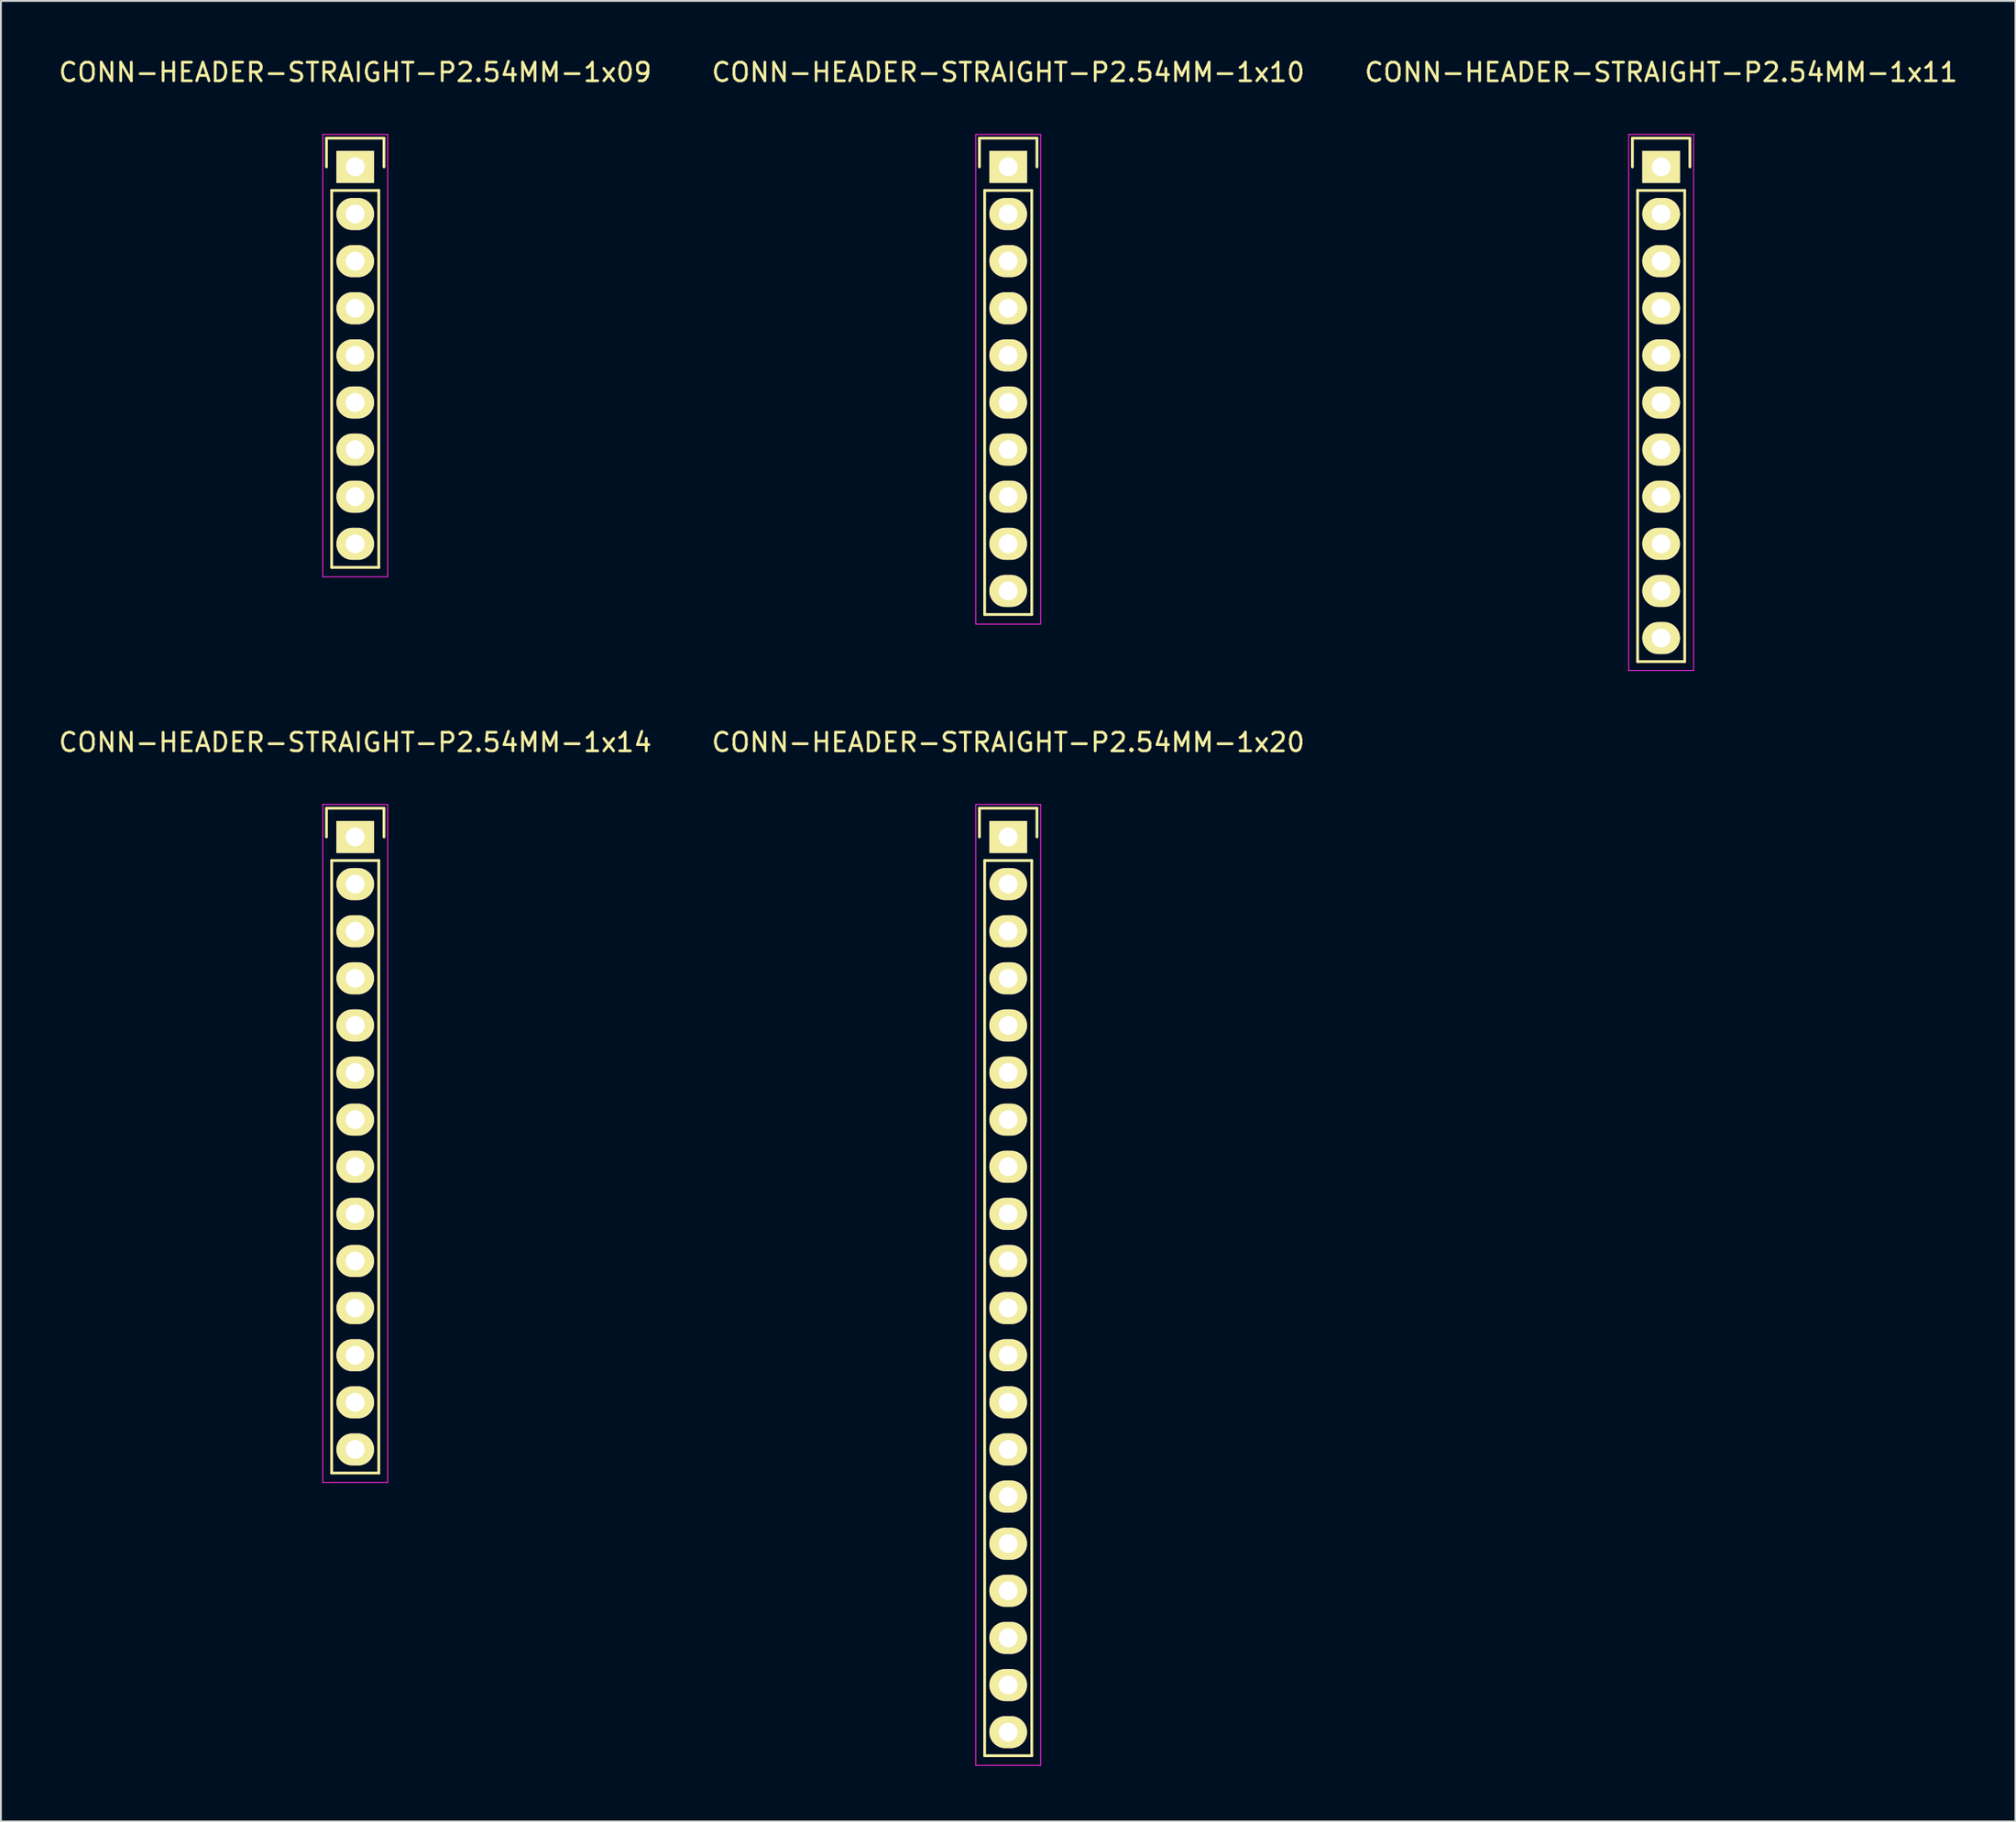
<source format=kicad_pcb>
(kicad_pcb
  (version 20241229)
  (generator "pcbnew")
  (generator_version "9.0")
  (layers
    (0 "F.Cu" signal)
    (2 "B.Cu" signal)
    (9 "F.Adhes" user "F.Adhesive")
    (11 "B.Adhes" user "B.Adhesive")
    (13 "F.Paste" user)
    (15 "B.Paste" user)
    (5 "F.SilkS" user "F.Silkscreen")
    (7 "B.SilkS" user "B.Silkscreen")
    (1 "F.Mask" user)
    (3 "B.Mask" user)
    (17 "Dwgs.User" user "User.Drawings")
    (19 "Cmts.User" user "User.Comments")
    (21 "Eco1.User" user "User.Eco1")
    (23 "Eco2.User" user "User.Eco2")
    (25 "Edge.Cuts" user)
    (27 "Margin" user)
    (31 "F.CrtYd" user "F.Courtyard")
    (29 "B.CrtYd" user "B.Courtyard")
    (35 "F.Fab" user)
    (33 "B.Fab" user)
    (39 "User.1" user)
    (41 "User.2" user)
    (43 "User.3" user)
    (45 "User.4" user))
  (footprint "CONN-HEADER-STRAIGHT-P2.54MM-1x14"
    (layer "F.Cu")
    (at 16.101 42.072)
    (property "Reference" "CONN-HEADER-STRAIGHT-P2.54MM-1x14" (at 0 -5.1 0) (layer "F.SilkS") (effects (font (size 1 1) (thickness 0.15))))
    (attr through_hole)
    (fp_line (start -1.55 -1.55) (end 1.55 -1.55) (stroke (width 0.15) (type solid)) (layer "F.SilkS"))
    (fp_line (start -1.55 0) (end -1.55 -1.55) (stroke (width 0.15) (type solid)) (layer "F.SilkS"))
    (fp_line (start -1.27 1.27) (end -1.27 34.29) (stroke (width 0.15) (type solid)) (layer "F.SilkS"))
    (fp_line (start -1.27 34.29) (end 1.27 34.29) (stroke (width 0.15) (type solid)) (layer "F.SilkS"))
    (fp_line (start 1.27 1.27) (end -1.27 1.27) (stroke (width 0.15) (type solid)) (layer "F.SilkS"))
    (fp_line (start 1.27 34.29) (end 1.27 1.27) (stroke (width 0.15) (type solid)) (layer "F.SilkS"))
    (fp_line (start 1.55 -1.55) (end 1.55 0) (stroke (width 0.15) (type solid)) (layer "F.SilkS"))
    (fp_line (start -1.75 -1.75) (end -1.75 34.8) (stroke (width 0.05) (type solid)) (layer "F.CrtYd"))
    (fp_line (start -1.75 -1.75) (end 1.75 -1.75) (stroke (width 0.05) (type solid)) (layer "F.CrtYd"))
    (fp_line (start -1.75 34.8) (end 1.75 34.8) (stroke (width 0.05) (type solid)) (layer "F.CrtYd"))
    (fp_line (start 1.75 -1.75) (end 1.75 34.8) (stroke (width 0.05) (type solid)) (layer "F.CrtYd"))
    (pad "1" thru_hole rect (at 0 0) (size 2.032 1.727) (drill 1.016) (layers "*.Cu" "*.Mask" "F.SilkS"))
    (pad "2" thru_hole oval (at 0 2.54) (size 2.032 1.727) (drill 1.016) (layers "*.Cu" "*.Mask" "F.SilkS"))
    (pad "3" thru_hole oval (at 0 5.08) (size 2.032 1.727) (drill 1.016) (layers "*.Cu" "*.Mask" "F.SilkS"))
    (pad "4" thru_hole oval (at 0 7.62) (size 2.032 1.727) (drill 1.016) (layers "*.Cu" "*.Mask" "F.SilkS"))
    (pad "5" thru_hole oval (at 0 10.16) (size 2.032 1.727) (drill 1.016) (layers "*.Cu" "*.Mask" "F.SilkS"))
    (pad "6" thru_hole oval (at 0 12.7) (size 2.032 1.727) (drill 1.016) (layers "*.Cu" "*.Mask" "F.SilkS"))
    (pad "7" thru_hole oval (at 0 15.24) (size 2.032 1.727) (drill 1.016) (layers "*.Cu" "*.Mask" "F.SilkS"))
    (pad "8" thru_hole oval (at 0 17.78) (size 2.032 1.727) (drill 1.016) (layers "*.Cu" "*.Mask" "F.SilkS"))
    (pad "9" thru_hole oval (at 0 20.32) (size 2.032 1.727) (drill 1.016) (layers "*.Cu" "*.Mask" "F.SilkS"))
    (pad "10" thru_hole oval (at 0 22.86) (size 2.032 1.727) (drill 1.016) (layers "*.Cu" "*.Mask" "F.SilkS"))
    (pad "11" thru_hole oval (at 0 25.4) (size 2.032 1.727) (drill 1.016) (layers "*.Cu" "*.Mask" "F.SilkS"))
    (pad "12" thru_hole oval (at 0 27.94) (size 2.032 1.727) (drill 1.016) (layers "*.Cu" "*.Mask" "F.SilkS"))
    (pad "13" thru_hole oval (at 0 30.48) (size 2.032 1.727) (drill 1.016) (layers "*.Cu" "*.Mask" "F.SilkS"))
    (pad "14" thru_hole oval (at 0 33.02) (size 2.032 1.727) (drill 1.016) (layers "*.Cu" "*.Mask" "F.SilkS")))
  (footprint "CONN-HEADER-STRAIGHT-P2.54MM-1x09"
    (layer "F.Cu")
    (at 16.101 5.948)
    (property "Reference" "CONN-HEADER-STRAIGHT-P2.54MM-1x09" (at 0 -5.1 0) (layer "F.SilkS") (effects (font (size 1 1) (thickness 0.15))))
    (attr through_hole)
    (fp_line (start -1.55 -1.55) (end 1.55 -1.55) (stroke (width 0.15) (type solid)) (layer "F.SilkS"))
    (fp_line (start -1.55 0) (end -1.55 -1.55) (stroke (width 0.15) (type solid)) (layer "F.SilkS"))
    (fp_line (start -1.27 21.59) (end -1.27 1.27) (stroke (width 0.15) (type solid)) (layer "F.SilkS"))
    (fp_line (start 1.27 1.27) (end -1.27 1.27) (stroke (width 0.15) (type solid)) (layer "F.SilkS"))
    (fp_line (start 1.27 1.27) (end 1.27 21.59) (stroke (width 0.15) (type solid)) (layer "F.SilkS"))
    (fp_line (start 1.27 21.59) (end -1.27 21.59) (stroke (width 0.15) (type solid)) (layer "F.SilkS"))
    (fp_line (start 1.55 -1.55) (end 1.55 0) (stroke (width 0.15) (type solid)) (layer "F.SilkS"))
    (fp_line (start -1.75 -1.75) (end -1.75 22.1) (stroke (width 0.05) (type solid)) (layer "F.CrtYd"))
    (fp_line (start -1.75 -1.75) (end 1.75 -1.75) (stroke (width 0.05) (type solid)) (layer "F.CrtYd"))
    (fp_line (start -1.75 22.1) (end 1.75 22.1) (stroke (width 0.05) (type solid)) (layer "F.CrtYd"))
    (fp_line (start 1.75 -1.75) (end 1.75 22.1) (stroke (width 0.05) (type solid)) (layer "F.CrtYd"))
    (pad "1" thru_hole rect (at 0 0) (size 2.032 1.727) (drill 1.016) (layers "*.Cu" "*.Mask" "F.SilkS"))
    (pad "2" thru_hole oval (at 0 2.54) (size 2.032 1.727) (drill 1.016) (layers "*.Cu" "*.Mask" "F.SilkS"))
    (pad "3" thru_hole oval (at 0 5.08) (size 2.032 1.727) (drill 1.016) (layers "*.Cu" "*.Mask" "F.SilkS"))
    (pad "4" thru_hole oval (at 0 7.62) (size 2.032 1.727) (drill 1.016) (layers "*.Cu" "*.Mask" "F.SilkS"))
    (pad "5" thru_hole oval (at 0 10.16) (size 2.032 1.727) (drill 1.016) (layers "*.Cu" "*.Mask" "F.SilkS"))
    (pad "6" thru_hole oval (at 0 12.7) (size 2.032 1.727) (drill 1.016) (layers "*.Cu" "*.Mask" "F.SilkS"))
    (pad "7" thru_hole oval (at 0 15.24) (size 2.032 1.727) (drill 1.016) (layers "*.Cu" "*.Mask" "F.SilkS"))
    (pad "8" thru_hole oval (at 0 17.78) (size 2.032 1.727) (drill 1.016) (layers "*.Cu" "*.Mask" "F.SilkS"))
    (pad "9" thru_hole oval (at 0 20.32) (size 2.032 1.727) (drill 1.016) (layers "*.Cu" "*.Mask" "F.SilkS")))
  (footprint "CONN-HEADER-STRAIGHT-P2.54MM-1x11"
    (layer "F.Cu")
    (at 86.506 5.948)
    (property "Reference" "CONN-HEADER-STRAIGHT-P2.54MM-1x11" (at 0 -5.1 0) (layer "F.SilkS") (effects (font (size 1 1) (thickness 0.15))))
    (attr through_hole)
    (fp_line (start -1.55 -1.55) (end 1.55 -1.55) (stroke (width 0.15) (type solid)) (layer "F.SilkS"))
    (fp_line (start -1.55 0) (end -1.55 -1.55) (stroke (width 0.15) (type solid)) (layer "F.SilkS"))
    (fp_line (start -1.27 26.67) (end -1.27 1.27) (stroke (width 0.15) (type solid)) (layer "F.SilkS"))
    (fp_line (start 1.27 1.27) (end -1.27 1.27) (stroke (width 0.15) (type solid)) (layer "F.SilkS"))
    (fp_line (start 1.27 1.27) (end 1.27 26.67) (stroke (width 0.15) (type solid)) (layer "F.SilkS"))
    (fp_line (start 1.27 26.67) (end -1.27 26.67) (stroke (width 0.15) (type solid)) (layer "F.SilkS"))
    (fp_line (start 1.55 -1.55) (end 1.55 0) (stroke (width 0.15) (type solid)) (layer "F.SilkS"))
    (fp_line (start -1.75 -1.75) (end -1.75 27.15) (stroke (width 0.05) (type solid)) (layer "F.CrtYd"))
    (fp_line (start -1.75 -1.75) (end 1.75 -1.75) (stroke (width 0.05) (type solid)) (layer "F.CrtYd"))
    (fp_line (start -1.75 27.15) (end 1.75 27.15) (stroke (width 0.05) (type solid)) (layer "F.CrtYd"))
    (fp_line (start 1.75 -1.75) (end 1.75 27.15) (stroke (width 0.05) (type solid)) (layer "F.CrtYd"))
    (pad "1" thru_hole rect (at 0 0) (size 2.032 1.727) (drill 1.016) (layers "*.Cu" "*.Mask" "F.SilkS"))
    (pad "2" thru_hole oval (at 0 2.54) (size 2.032 1.727) (drill 1.016) (layers "*.Cu" "*.Mask" "F.SilkS"))
    (pad "3" thru_hole oval (at 0 5.08) (size 2.032 1.727) (drill 1.016) (layers "*.Cu" "*.Mask" "F.SilkS"))
    (pad "4" thru_hole oval (at 0 7.62) (size 2.032 1.727) (drill 1.016) (layers "*.Cu" "*.Mask" "F.SilkS"))
    (pad "5" thru_hole oval (at 0 10.16) (size 2.032 1.727) (drill 1.016) (layers "*.Cu" "*.Mask" "F.SilkS"))
    (pad "6" thru_hole oval (at 0 12.7) (size 2.032 1.727) (drill 1.016) (layers "*.Cu" "*.Mask" "F.SilkS"))
    (pad "7" thru_hole oval (at 0 15.24) (size 2.032 1.727) (drill 1.016) (layers "*.Cu" "*.Mask" "F.SilkS"))
    (pad "8" thru_hole oval (at 0 17.78) (size 2.032 1.727) (drill 1.016) (layers "*.Cu" "*.Mask" "F.SilkS"))
    (pad "9" thru_hole oval (at 0 20.32) (size 2.032 1.727) (drill 1.016) (layers "*.Cu" "*.Mask" "F.SilkS"))
    (pad "10" thru_hole oval (at 0 22.86) (size 2.032 1.727) (drill 1.016) (layers "*.Cu" "*.Mask" "F.SilkS"))
    (pad "11" thru_hole oval (at 0 25.4) (size 2.032 1.727) (drill 1.016) (layers "*.Cu" "*.Mask" "F.SilkS")))
  (footprint "CONN-HEADER-STRAIGHT-P2.54MM-1x10"
    (layer "F.Cu")
    (at 51.304 5.948)
    (property "Reference" "CONN-HEADER-STRAIGHT-P2.54MM-1x10" (at 0 -5.1 0) (layer "F.SilkS") (effects (font (size 1 1) (thickness 0.15))))
    (attr through_hole)
    (fp_line (start -1.55 -1.55) (end 1.55 -1.55) (stroke (width 0.15) (type solid)) (layer "F.SilkS"))
    (fp_line (start -1.55 0) (end -1.55 -1.55) (stroke (width 0.15) (type solid)) (layer "F.SilkS"))
    (fp_line (start -1.27 24.13) (end -1.27 1.27) (stroke (width 0.15) (type solid)) (layer "F.SilkS"))
    (fp_line (start 1.27 1.27) (end -1.27 1.27) (stroke (width 0.15) (type solid)) (layer "F.SilkS"))
    (fp_line (start 1.27 1.27) (end 1.27 24.13) (stroke (width 0.15) (type solid)) (layer "F.SilkS"))
    (fp_line (start 1.27 24.13) (end -1.27 24.13) (stroke (width 0.15) (type solid)) (layer "F.SilkS"))
    (fp_line (start 1.55 -1.55) (end 1.55 0) (stroke (width 0.15) (type solid)) (layer "F.SilkS"))
    (fp_line (start -1.75 -1.75) (end -1.75 24.65) (stroke (width 0.05) (type solid)) (layer "F.CrtYd"))
    (fp_line (start -1.75 -1.75) (end 1.75 -1.75) (stroke (width 0.05) (type solid)) (layer "F.CrtYd"))
    (fp_line (start -1.75 24.65) (end 1.75 24.65) (stroke (width 0.05) (type solid)) (layer "F.CrtYd"))
    (fp_line (start 1.75 -1.75) (end 1.75 24.65) (stroke (width 0.05) (type solid)) (layer "F.CrtYd"))
    (pad "1" thru_hole rect (at 0 0) (size 2.032 1.727) (drill 1.016) (layers "*.Cu" "*.Mask" "F.SilkS"))
    (pad "2" thru_hole oval (at 0 2.54) (size 2.032 1.727) (drill 1.016) (layers "*.Cu" "*.Mask" "F.SilkS"))
    (pad "3" thru_hole oval (at 0 5.08) (size 2.032 1.727) (drill 1.016) (layers "*.Cu" "*.Mask" "F.SilkS"))
    (pad "4" thru_hole oval (at 0 7.62) (size 2.032 1.727) (drill 1.016) (layers "*.Cu" "*.Mask" "F.SilkS"))
    (pad "5" thru_hole oval (at 0 10.16) (size 2.032 1.727) (drill 1.016) (layers "*.Cu" "*.Mask" "F.SilkS"))
    (pad "6" thru_hole oval (at 0 12.7) (size 2.032 1.727) (drill 1.016) (layers "*.Cu" "*.Mask" "F.SilkS"))
    (pad "7" thru_hole oval (at 0 15.24) (size 2.032 1.727) (drill 1.016) (layers "*.Cu" "*.Mask" "F.SilkS"))
    (pad "8" thru_hole oval (at 0 17.78) (size 2.032 1.727) (drill 1.016) (layers "*.Cu" "*.Mask" "F.SilkS"))
    (pad "9" thru_hole oval (at 0 20.32) (size 2.032 1.727) (drill 1.016) (layers "*.Cu" "*.Mask" "F.SilkS"))
    (pad "10" thru_hole oval (at 0 22.86) (size 2.032 1.727) (drill 1.016) (layers "*.Cu" "*.Mask" "F.SilkS")))
  (footprint "CONN-HEADER-STRAIGHT-P2.54MM-1x20"
    (layer "F.Cu")
    (at 51.304 42.072)
    (property "Reference" "CONN-HEADER-STRAIGHT-P2.54MM-1x20" (at 0 -5.1 0) (layer "F.SilkS") (effects (font (size 1 1) (thickness 0.15))))
    (attr through_hole)
    (fp_line (start -1.55 -1.55) (end 1.55 -1.55) (stroke (width 0.15) (type solid)) (layer "F.SilkS"))
    (fp_line (start -1.55 0) (end -1.55 -1.55) (stroke (width 0.15) (type solid)) (layer "F.SilkS"))
    (fp_line (start -1.27 49.53) (end -1.27 1.27) (stroke (width 0.15) (type solid)) (layer "F.SilkS"))
    (fp_line (start 1.27 1.27) (end -1.27 1.27) (stroke (width 0.15) (type solid)) (layer "F.SilkS"))
    (fp_line (start 1.27 1.27) (end 1.27 49.53) (stroke (width 0.15) (type solid)) (layer "F.SilkS"))
    (fp_line (start 1.27 49.53) (end -1.27 49.53) (stroke (width 0.15) (type solid)) (layer "F.SilkS"))
    (fp_line (start 1.55 -1.55) (end 1.55 0) (stroke (width 0.15) (type solid)) (layer "F.SilkS"))
    (fp_line (start -1.75 -1.75) (end -1.75 50.05) (stroke (width 0.05) (type solid)) (layer "F.CrtYd"))
    (fp_line (start -1.75 -1.75) (end 1.75 -1.75) (stroke (width 0.05) (type solid)) (layer "F.CrtYd"))
    (fp_line (start -1.75 50.05) (end 1.75 50.05) (stroke (width 0.05) (type solid)) (layer "F.CrtYd"))
    (fp_line (start 1.75 -1.75) (end 1.75 50.05) (stroke (width 0.05) (type solid)) (layer "F.CrtYd"))
    (pad "1" thru_hole rect (at 0 0) (size 2.032 1.727) (drill 1.016) (layers "*.Cu" "*.Mask" "F.SilkS"))
    (pad "2" thru_hole oval (at 0 2.54) (size 2.032 1.727) (drill 1.016) (layers "*.Cu" "*.Mask" "F.SilkS"))
    (pad "3" thru_hole oval (at 0 5.08) (size 2.032 1.727) (drill 1.016) (layers "*.Cu" "*.Mask" "F.SilkS"))
    (pad "4" thru_hole oval (at 0 7.62) (size 2.032 1.727) (drill 1.016) (layers "*.Cu" "*.Mask" "F.SilkS"))
    (pad "5" thru_hole oval (at 0 10.16) (size 2.032 1.727) (drill 1.016) (layers "*.Cu" "*.Mask" "F.SilkS"))
    (pad "6" thru_hole oval (at 0 12.7) (size 2.032 1.727) (drill 1.016) (layers "*.Cu" "*.Mask" "F.SilkS"))
    (pad "7" thru_hole oval (at 0 15.24) (size 2.032 1.727) (drill 1.016) (layers "*.Cu" "*.Mask" "F.SilkS"))
    (pad "8" thru_hole oval (at 0 17.78) (size 2.032 1.727) (drill 1.016) (layers "*.Cu" "*.Mask" "F.SilkS"))
    (pad "9" thru_hole oval (at 0 20.32) (size 2.032 1.727) (drill 1.016) (layers "*.Cu" "*.Mask" "F.SilkS"))
    (pad "10" thru_hole oval (at 0 22.86) (size 2.032 1.727) (drill 1.016) (layers "*.Cu" "*.Mask" "F.SilkS"))
    (pad "11" thru_hole oval (at 0 25.4) (size 2.032 1.727) (drill 1.016) (layers "*.Cu" "*.Mask" "F.SilkS"))
    (pad "12" thru_hole oval (at 0 27.94) (size 2.032 1.727) (drill 1.016) (layers "*.Cu" "*.Mask" "F.SilkS"))
    (pad "13" thru_hole oval (at 0 30.48) (size 2.032 1.727) (drill 1.016) (layers "*.Cu" "*.Mask" "F.SilkS"))
    (pad "14" thru_hole oval (at 0 33.02) (size 2.032 1.727) (drill 1.016) (layers "*.Cu" "*.Mask" "F.SilkS"))
    (pad "15" thru_hole oval (at 0 35.56) (size 2.032 1.727) (drill 1.016) (layers "*.Cu" "*.Mask" "F.SilkS"))
    (pad "16" thru_hole oval (at 0 38.1) (size 2.032 1.727) (drill 1.016) (layers "*.Cu" "*.Mask" "F.SilkS"))
    (pad "17" thru_hole oval (at 0 40.64) (size 2.032 1.727) (drill 1.016) (layers "*.Cu" "*.Mask" "F.SilkS"))
    (pad "18" thru_hole oval (at 0 43.18) (size 2.032 1.727) (drill 1.016) (layers "*.Cu" "*.Mask" "F.SilkS"))
    (pad "19" thru_hole oval (at 0 45.72) (size 2.032 1.727) (drill 1.016) (layers "*.Cu" "*.Mask" "F.SilkS"))
    (pad "20" thru_hole oval (at 0 48.26) (size 2.032 1.727) (drill 1.016) (layers "*.Cu" "*.Mask" "F.SilkS")))
  (gr_rect
    (start -3 -3)
    (end 105.607 95.147)
    (stroke (width 0.1) (type default))
    (fill no)
    (layer "Edge.Cuts")))
</source>
